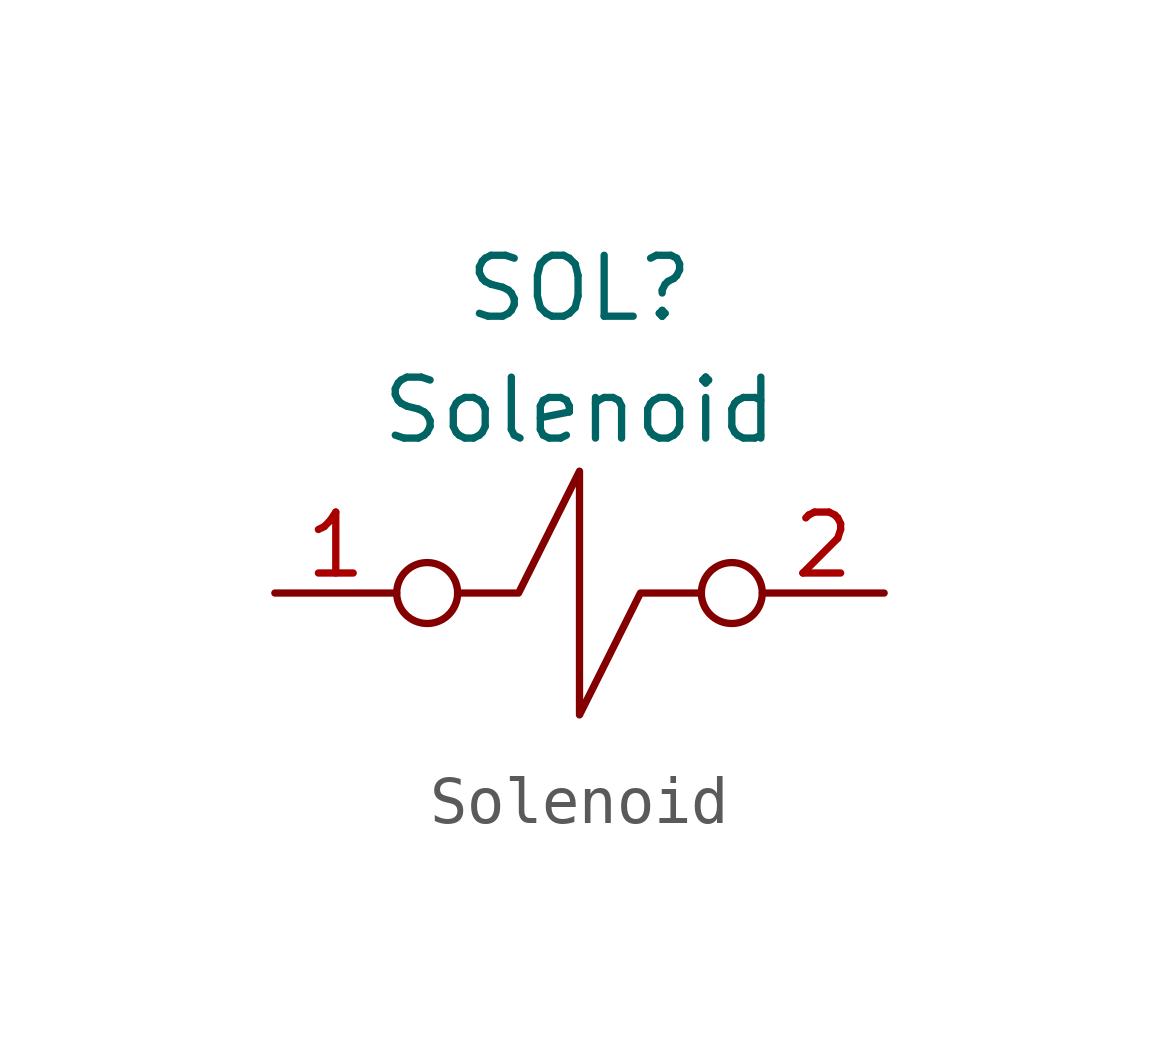
<source format=kicad_sym>
(kicad_symbol_lib
  (version 20231120)
  (generator "kicad_symbol_editor")
  (generator_version "8.0")
  (symbol "Solenoid"
    (pin_names
      (offset 1.016))
    (property "Reference" "SOL"
      (at 0 6.35 0)
      (effects (font (size 1.27 1.27))))
    (property "Value" "Solenoid"
      (at 0 3.81 0)
      (effects (font (size 1.27 1.27))))
    (symbol "Solenoid_0_0"
      (pin bidirectional line (at -6.35 0 0) (length 2.54) (name "~" (effects (font (size 1.27 1.27)))) (number "1" (effects (font (size 1.27 1.27)))))
      (pin bidirectional line (at 6.35 0 180) (length 2.54) (name "~" (effects (font (size 1.27 1.27)))) (number "2" (effects (font (size 1.27 1.27))))))
    (symbol "Solenoid_0_1"
      (circle (center -3.175 0) (radius 0.635) (stroke (width 0) (type default)) (fill (type none)))
      (polyline (pts (xy -2.54 0) (xy -1.27 0) (xy 0 2.54) (xy 0 -2.54) (xy 1.27 0) (xy 2.54 0)) (stroke (width 0) (type default)) (fill (type none)))
      (circle (center 3.175 0) (radius 0.635) (stroke (width 0) (type default)) (fill (type none))))))
</source>
